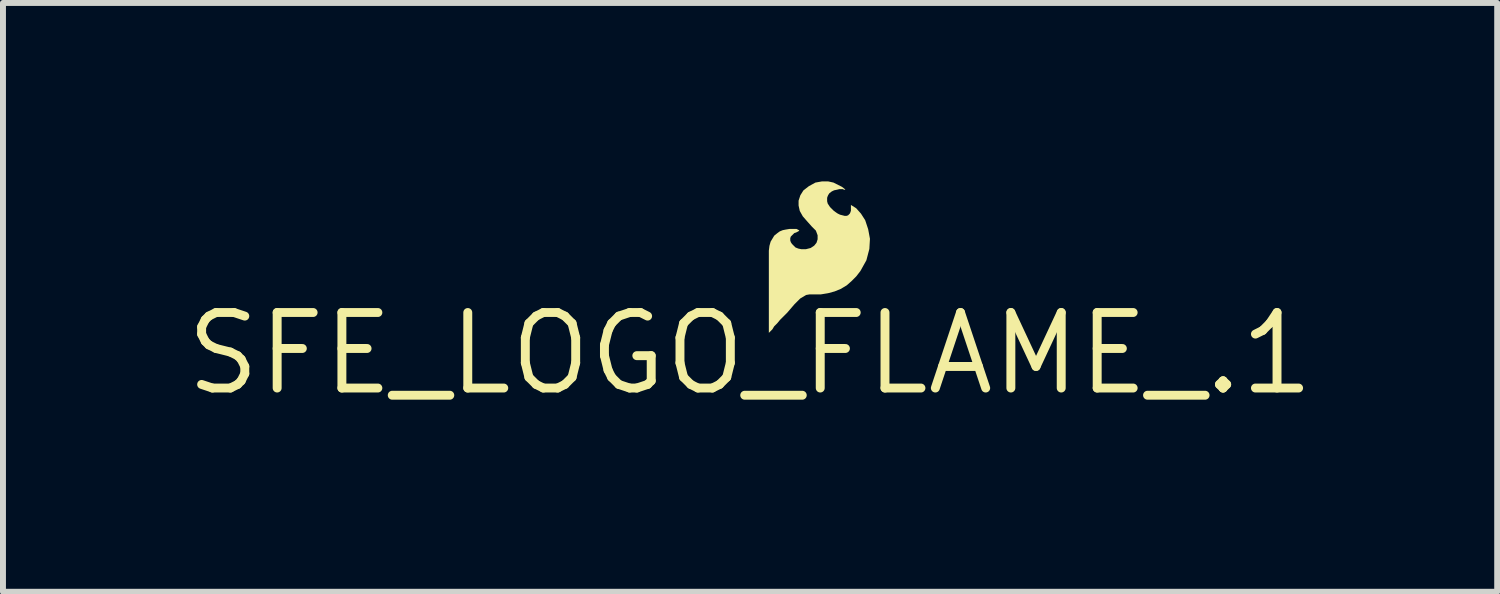
<source format=kicad_pcb>
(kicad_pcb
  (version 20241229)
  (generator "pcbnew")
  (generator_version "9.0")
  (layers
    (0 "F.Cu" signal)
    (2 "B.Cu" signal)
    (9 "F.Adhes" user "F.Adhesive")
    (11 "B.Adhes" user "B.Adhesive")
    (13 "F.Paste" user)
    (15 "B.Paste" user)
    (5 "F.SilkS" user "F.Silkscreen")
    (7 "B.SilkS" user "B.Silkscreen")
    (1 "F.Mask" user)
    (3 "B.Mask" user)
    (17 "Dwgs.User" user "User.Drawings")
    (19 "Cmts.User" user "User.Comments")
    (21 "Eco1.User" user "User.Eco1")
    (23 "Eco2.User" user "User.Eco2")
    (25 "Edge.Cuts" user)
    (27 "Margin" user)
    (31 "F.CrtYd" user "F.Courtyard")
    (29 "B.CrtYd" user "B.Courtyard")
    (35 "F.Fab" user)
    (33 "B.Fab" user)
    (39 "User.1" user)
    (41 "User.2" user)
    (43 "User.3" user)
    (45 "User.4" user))
  (footprint "SFE_LOGO_FLAME_.1"
    (layer "F.Cu")
    (at 9.563 2.895)
    (property "Reference" "SFE_LOGO_FLAME_.1" (at 0 0 0) (layer "F.SilkS") (effects (font (size 1.27 1.27) (thickness 0.15))))
    (fp_poly (pts (xy 1.402 -2.875) (xy 1.543 -2.804) (xy 1.583 -2.774) (xy 1.602 -2.755) (xy 1.579 -2.755) (xy 1.559 -2.765) (xy 1.501 -2.765) (xy 1.461 -2.755) (xy 1.412 -2.745) (xy 1.373 -2.726) (xy 1.334 -2.697) (xy 1.314 -2.667) (xy 1.305 -2.648) (xy 1.295 -2.619) (xy 1.295 -2.561) (xy 1.305 -2.522) (xy 1.344 -2.463) (xy 1.403 -2.404) (xy 1.443 -2.374) (xy 1.473 -2.354) (xy 1.512 -2.335) (xy 1.591 -2.315) (xy 1.619 -2.315) (xy 1.647 -2.324) (xy 1.676 -2.353) (xy 1.685 -2.372) (xy 1.695 -2.401) (xy 1.695 -2.499) (xy 1.783 -2.444) (xy 1.864 -2.353) (xy 1.935 -2.242) (xy 1.985 -2.091) (xy 2.015 -1.93) (xy 2.005 -1.759) (xy 1.955 -1.568) (xy 1.854 -1.387) (xy 1.784 -1.297) (xy 1.703 -1.216) (xy 1.623 -1.146) (xy 1.522 -1.086) (xy 1.422 -1.045) (xy 1.311 -1.015) (xy 1.19 -0.995) (xy 1 -0.995) (xy 0.942 -0.985) (xy 0.843 -0.926) (xy 0.744 -0.827) (xy 0.624 -0.687) (xy 0.504 -0.567) (xy 0.454 -0.507) (xy 0.404 -0.457) (xy 0.374 -0.407) (xy 0.315 -0.348) (xy 0.315 -1.73) (xy 0.325 -1.811) (xy 0.345 -1.882) (xy 0.406 -1.983) (xy 0.457 -2.024) (xy 0.498 -2.054) (xy 0.549 -2.075) (xy 0.599 -2.085) (xy 0.66 -2.095) (xy 0.781 -2.095) (xy 0.828 -2.071) (xy 0.813 -2.056) (xy 0.772 -2.035) (xy 0.743 -2.026) (xy 0.684 -1.967) (xy 0.675 -1.939) (xy 0.675 -1.901) (xy 0.685 -1.872) (xy 0.704 -1.843) (xy 0.763 -1.784) (xy 0.811 -1.765) (xy 0.86 -1.755) (xy 0.939 -1.755) (xy 1.018 -1.775) (xy 1.077 -1.814) (xy 1.116 -1.862) (xy 1.135 -1.921) (xy 1.135 -1.989) (xy 1.106 -2.067) (xy 1.036 -2.137) (xy 0.956 -2.227) (xy 0.886 -2.307) (xy 0.835 -2.398) (xy 0.815 -2.489) (xy 0.815 -2.571) (xy 0.845 -2.662) (xy 0.896 -2.743) (xy 0.987 -2.814) (xy 1.098 -2.875) (xy 1.21 -2.895) (xy 1.311 -2.895)) (stroke (width 0) (type default)) (fill yes) (layer "F.SilkS")))
  (gr_rect
    (start -3 -3)
    (end 22.125 6.901)
    (stroke (width 0.1) (type default))
    (fill no)
    (layer "Edge.Cuts")))
</source>
